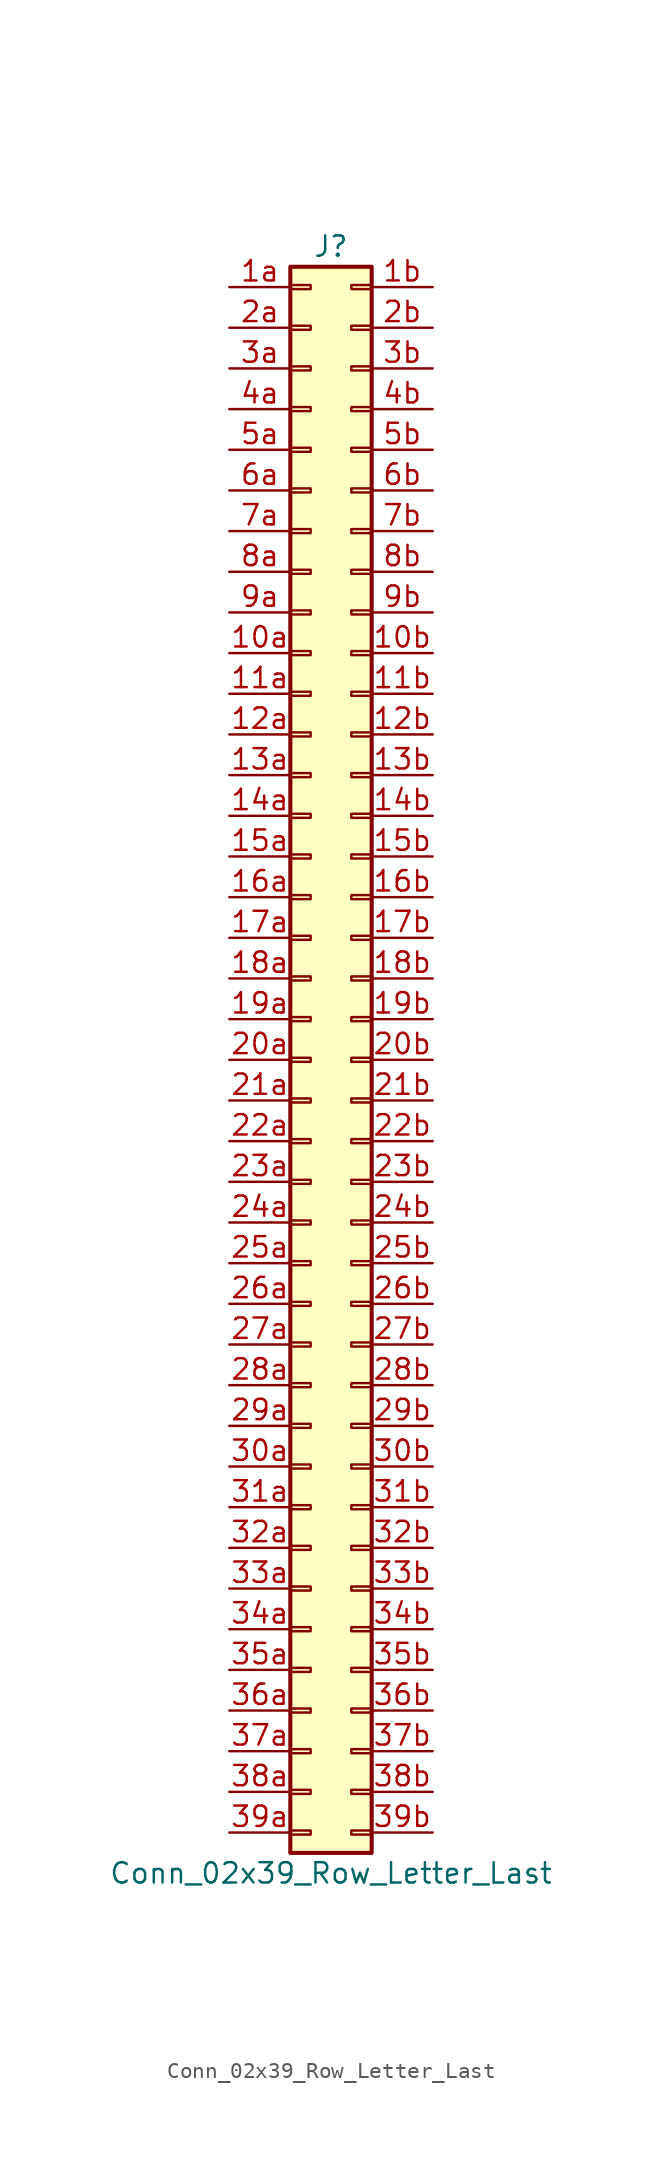
<source format=kicad_sym>
(kicad_symbol_lib
  (version 20211014)
  (generator kicad_symbol_editor)
  (symbol "Conn_02x39_Row_Letter_Last"
    (pin_names
      (offset 1.016) hide)
    (property "Reference" "J"
      (at 1.27 50.8 0)
      (effects (font (size 1.27 1.27))))
    (property "Value" "Conn_02x39_Row_Letter_Last"
      (at 1.27 -50.8 0)
      (effects (font (size 1.27 1.27))))
    (symbol "Conn_02x39_Row_Letter_Last_1_1"
      (rectangle (start -1.27 -48.133) (end 0 -48.387) (stroke (width 0.152) (type default) (color 0 0 0 0)) (fill (type none)))
      (rectangle (start -1.27 -45.593) (end 0 -45.847) (stroke (width 0.152) (type default) (color 0 0 0 0)) (fill (type none)))
      (rectangle (start -1.27 -43.053) (end 0 -43.307) (stroke (width 0.152) (type default) (color 0 0 0 0)) (fill (type none)))
      (rectangle (start -1.27 -40.513) (end 0 -40.767) (stroke (width 0.152) (type default) (color 0 0 0 0)) (fill (type none)))
      (rectangle (start -1.27 -37.973) (end 0 -38.227) (stroke (width 0.152) (type default) (color 0 0 0 0)) (fill (type none)))
      (rectangle (start -1.27 -35.433) (end 0 -35.687) (stroke (width 0.152) (type default) (color 0 0 0 0)) (fill (type none)))
      (rectangle (start -1.27 -32.893) (end 0 -33.147) (stroke (width 0.152) (type default) (color 0 0 0 0)) (fill (type none)))
      (rectangle (start -1.27 -30.353) (end 0 -30.607) (stroke (width 0.152) (type default) (color 0 0 0 0)) (fill (type none)))
      (rectangle (start -1.27 -27.813) (end 0 -28.067) (stroke (width 0.152) (type default) (color 0 0 0 0)) (fill (type none)))
      (rectangle (start -1.27 -25.273) (end 0 -25.527) (stroke (width 0.152) (type default) (color 0 0 0 0)) (fill (type none)))
      (rectangle (start -1.27 -22.733) (end 0 -22.987) (stroke (width 0.152) (type default) (color 0 0 0 0)) (fill (type none)))
      (rectangle (start -1.27 -20.193) (end 0 -20.447) (stroke (width 0.152) (type default) (color 0 0 0 0)) (fill (type none)))
      (rectangle (start -1.27 -17.653) (end 0 -17.907) (stroke (width 0.152) (type default) (color 0 0 0 0)) (fill (type none)))
      (rectangle (start -1.27 -15.113) (end 0 -15.367) (stroke (width 0.152) (type default) (color 0 0 0 0)) (fill (type none)))
      (rectangle (start -1.27 -12.573) (end 0 -12.827) (stroke (width 0.152) (type default) (color 0 0 0 0)) (fill (type none)))
      (rectangle (start -1.27 -10.033) (end 0 -10.287) (stroke (width 0.152) (type default) (color 0 0 0 0)) (fill (type none)))
      (rectangle (start -1.27 -7.493) (end 0 -7.747) (stroke (width 0.152) (type default) (color 0 0 0 0)) (fill (type none)))
      (rectangle (start -1.27 -4.953) (end 0 -5.207) (stroke (width 0.152) (type default) (color 0 0 0 0)) (fill (type none)))
      (rectangle (start -1.27 -2.413) (end 0 -2.667) (stroke (width 0.152) (type default) (color 0 0 0 0)) (fill (type none)))
      (rectangle (start -1.27 0.127) (end 0 -0.127) (stroke (width 0.152) (type default) (color 0 0 0 0)) (fill (type none)))
      (rectangle (start -1.27 2.667) (end 0 2.413) (stroke (width 0.152) (type default) (color 0 0 0 0)) (fill (type none)))
      (rectangle (start -1.27 5.207) (end 0 4.953) (stroke (width 0.152) (type default) (color 0 0 0 0)) (fill (type none)))
      (rectangle (start -1.27 7.747) (end 0 7.493) (stroke (width 0.152) (type default) (color 0 0 0 0)) (fill (type none)))
      (rectangle (start -1.27 10.287) (end 0 10.033) (stroke (width 0.152) (type default) (color 0 0 0 0)) (fill (type none)))
      (rectangle (start -1.27 12.827) (end 0 12.573) (stroke (width 0.152) (type default) (color 0 0 0 0)) (fill (type none)))
      (rectangle (start -1.27 15.367) (end 0 15.113) (stroke (width 0.152) (type default) (color 0 0 0 0)) (fill (type none)))
      (rectangle (start -1.27 17.907) (end 0 17.653) (stroke (width 0.152) (type default) (color 0 0 0 0)) (fill (type none)))
      (rectangle (start -1.27 20.447) (end 0 20.193) (stroke (width 0.152) (type default) (color 0 0 0 0)) (fill (type none)))
      (rectangle (start -1.27 22.987) (end 0 22.733) (stroke (width 0.152) (type default) (color 0 0 0 0)) (fill (type none)))
      (rectangle (start -1.27 25.527) (end 0 25.273) (stroke (width 0.152) (type default) (color 0 0 0 0)) (fill (type none)))
      (rectangle (start -1.27 28.067) (end 0 27.813) (stroke (width 0.152) (type default) (color 0 0 0 0)) (fill (type none)))
      (rectangle (start -1.27 30.607) (end 0 30.353) (stroke (width 0.152) (type default) (color 0 0 0 0)) (fill (type none)))
      (rectangle (start -1.27 33.147) (end 0 32.893) (stroke (width 0.152) (type default) (color 0 0 0 0)) (fill (type none)))
      (rectangle (start -1.27 35.687) (end 0 35.433) (stroke (width 0.152) (type default) (color 0 0 0 0)) (fill (type none)))
      (rectangle (start -1.27 38.227) (end 0 37.973) (stroke (width 0.152) (type default) (color 0 0 0 0)) (fill (type none)))
      (rectangle (start -1.27 40.767) (end 0 40.513) (stroke (width 0.152) (type default) (color 0 0 0 0)) (fill (type none)))
      (rectangle (start -1.27 43.307) (end 0 43.053) (stroke (width 0.152) (type default) (color 0 0 0 0)) (fill (type none)))
      (rectangle (start -1.27 45.847) (end 0 45.593) (stroke (width 0.152) (type default) (color 0 0 0 0)) (fill (type none)))
      (rectangle (start -1.27 48.387) (end 0 48.133) (stroke (width 0.152) (type default) (color 0 0 0 0)) (fill (type none)))
      (rectangle (start -1.27 49.53) (end 3.81 -49.53) (stroke (width 0.254) (type default) (color 0 0 0 0)) (fill (type background)))
      (rectangle (start 3.81 -48.133) (end 2.54 -48.387) (stroke (width 0.152) (type default) (color 0 0 0 0)) (fill (type none)))
      (rectangle (start 3.81 -45.593) (end 2.54 -45.847) (stroke (width 0.152) (type default) (color 0 0 0 0)) (fill (type none)))
      (rectangle (start 3.81 -43.053) (end 2.54 -43.307) (stroke (width 0.152) (type default) (color 0 0 0 0)) (fill (type none)))
      (rectangle (start 3.81 -40.513) (end 2.54 -40.767) (stroke (width 0.152) (type default) (color 0 0 0 0)) (fill (type none)))
      (rectangle (start 3.81 -37.973) (end 2.54 -38.227) (stroke (width 0.152) (type default) (color 0 0 0 0)) (fill (type none)))
      (rectangle (start 3.81 -35.433) (end 2.54 -35.687) (stroke (width 0.152) (type default) (color 0 0 0 0)) (fill (type none)))
      (rectangle (start 3.81 -32.893) (end 2.54 -33.147) (stroke (width 0.152) (type default) (color 0 0 0 0)) (fill (type none)))
      (rectangle (start 3.81 -30.353) (end 2.54 -30.607) (stroke (width 0.152) (type default) (color 0 0 0 0)) (fill (type none)))
      (rectangle (start 3.81 -27.813) (end 2.54 -28.067) (stroke (width 0.152) (type default) (color 0 0 0 0)) (fill (type none)))
      (rectangle (start 3.81 -25.273) (end 2.54 -25.527) (stroke (width 0.152) (type default) (color 0 0 0 0)) (fill (type none)))
      (rectangle (start 3.81 -22.733) (end 2.54 -22.987) (stroke (width 0.152) (type default) (color 0 0 0 0)) (fill (type none)))
      (rectangle (start 3.81 -20.193) (end 2.54 -20.447) (stroke (width 0.152) (type default) (color 0 0 0 0)) (fill (type none)))
      (rectangle (start 3.81 -17.653) (end 2.54 -17.907) (stroke (width 0.152) (type default) (color 0 0 0 0)) (fill (type none)))
      (rectangle (start 3.81 -15.113) (end 2.54 -15.367) (stroke (width 0.152) (type default) (color 0 0 0 0)) (fill (type none)))
      (rectangle (start 3.81 -12.573) (end 2.54 -12.827) (stroke (width 0.152) (type default) (color 0 0 0 0)) (fill (type none)))
      (rectangle (start 3.81 -10.033) (end 2.54 -10.287) (stroke (width 0.152) (type default) (color 0 0 0 0)) (fill (type none)))
      (rectangle (start 3.81 -7.493) (end 2.54 -7.747) (stroke (width 0.152) (type default) (color 0 0 0 0)) (fill (type none)))
      (rectangle (start 3.81 -4.953) (end 2.54 -5.207) (stroke (width 0.152) (type default) (color 0 0 0 0)) (fill (type none)))
      (rectangle (start 3.81 -2.413) (end 2.54 -2.667) (stroke (width 0.152) (type default) (color 0 0 0 0)) (fill (type none)))
      (rectangle (start 3.81 0.127) (end 2.54 -0.127) (stroke (width 0.152) (type default) (color 0 0 0 0)) (fill (type none)))
      (rectangle (start 3.81 2.667) (end 2.54 2.413) (stroke (width 0.152) (type default) (color 0 0 0 0)) (fill (type none)))
      (rectangle (start 3.81 5.207) (end 2.54 4.953) (stroke (width 0.152) (type default) (color 0 0 0 0)) (fill (type none)))
      (rectangle (start 3.81 7.747) (end 2.54 7.493) (stroke (width 0.152) (type default) (color 0 0 0 0)) (fill (type none)))
      (rectangle (start 3.81 10.287) (end 2.54 10.033) (stroke (width 0.152) (type default) (color 0 0 0 0)) (fill (type none)))
      (rectangle (start 3.81 12.827) (end 2.54 12.573) (stroke (width 0.152) (type default) (color 0 0 0 0)) (fill (type none)))
      (rectangle (start 3.81 15.367) (end 2.54 15.113) (stroke (width 0.152) (type default) (color 0 0 0 0)) (fill (type none)))
      (rectangle (start 3.81 17.907) (end 2.54 17.653) (stroke (width 0.152) (type default) (color 0 0 0 0)) (fill (type none)))
      (rectangle (start 3.81 20.447) (end 2.54 20.193) (stroke (width 0.152) (type default) (color 0 0 0 0)) (fill (type none)))
      (rectangle (start 3.81 22.987) (end 2.54 22.733) (stroke (width 0.152) (type default) (color 0 0 0 0)) (fill (type none)))
      (rectangle (start 3.81 25.527) (end 2.54 25.273) (stroke (width 0.152) (type default) (color 0 0 0 0)) (fill (type none)))
      (rectangle (start 3.81 28.067) (end 2.54 27.813) (stroke (width 0.152) (type default) (color 0 0 0 0)) (fill (type none)))
      (rectangle (start 3.81 30.607) (end 2.54 30.353) (stroke (width 0.152) (type default) (color 0 0 0 0)) (fill (type none)))
      (rectangle (start 3.81 33.147) (end 2.54 32.893) (stroke (width 0.152) (type default) (color 0 0 0 0)) (fill (type none)))
      (rectangle (start 3.81 35.687) (end 2.54 35.433) (stroke (width 0.152) (type default) (color 0 0 0 0)) (fill (type none)))
      (rectangle (start 3.81 38.227) (end 2.54 37.973) (stroke (width 0.152) (type default) (color 0 0 0 0)) (fill (type none)))
      (rectangle (start 3.81 40.767) (end 2.54 40.513) (stroke (width 0.152) (type default) (color 0 0 0 0)) (fill (type none)))
      (rectangle (start 3.81 43.307) (end 2.54 43.053) (stroke (width 0.152) (type default) (color 0 0 0 0)) (fill (type none)))
      (rectangle (start 3.81 45.847) (end 2.54 45.593) (stroke (width 0.152) (type default) (color 0 0 0 0)) (fill (type none)))
      (rectangle (start 3.81 48.387) (end 2.54 48.133) (stroke (width 0.152) (type default) (color 0 0 0 0)) (fill (type none)))
      (pin passive line (at -5.08 25.4 0) (length 3.81) (name "Pin_10a" (effects (font (size 1.27 1.27)))) (number "10a" (effects (font (size 1.27 1.27)))))
      (pin passive line (at 7.62 25.4 180) (length 3.81) (name "Pin_10b" (effects (font (size 1.27 1.27)))) (number "10b" (effects (font (size 1.27 1.27)))))
      (pin passive line (at -5.08 22.86 0) (length 3.81) (name "Pin_11a" (effects (font (size 1.27 1.27)))) (number "11a" (effects (font (size 1.27 1.27)))))
      (pin passive line (at 7.62 22.86 180) (length 3.81) (name "Pin_11b" (effects (font (size 1.27 1.27)))) (number "11b" (effects (font (size 1.27 1.27)))))
      (pin passive line (at -5.08 20.32 0) (length 3.81) (name "Pin_12a" (effects (font (size 1.27 1.27)))) (number "12a" (effects (font (size 1.27 1.27)))))
      (pin passive line (at 7.62 20.32 180) (length 3.81) (name "Pin_12b" (effects (font (size 1.27 1.27)))) (number "12b" (effects (font (size 1.27 1.27)))))
      (pin passive line (at -5.08 17.78 0) (length 3.81) (name "Pin_13a" (effects (font (size 1.27 1.27)))) (number "13a" (effects (font (size 1.27 1.27)))))
      (pin passive line (at 7.62 17.78 180) (length 3.81) (name "Pin_13b" (effects (font (size 1.27 1.27)))) (number "13b" (effects (font (size 1.27 1.27)))))
      (pin passive line (at -5.08 15.24 0) (length 3.81) (name "Pin_14a" (effects (font (size 1.27 1.27)))) (number "14a" (effects (font (size 1.27 1.27)))))
      (pin passive line (at 7.62 15.24 180) (length 3.81) (name "Pin_14b" (effects (font (size 1.27 1.27)))) (number "14b" (effects (font (size 1.27 1.27)))))
      (pin passive line (at -5.08 12.7 0) (length 3.81) (name "Pin_15a" (effects (font (size 1.27 1.27)))) (number "15a" (effects (font (size 1.27 1.27)))))
      (pin passive line (at 7.62 12.7 180) (length 3.81) (name "Pin_15b" (effects (font (size 1.27 1.27)))) (number "15b" (effects (font (size 1.27 1.27)))))
      (pin passive line (at -5.08 10.16 0) (length 3.81) (name "Pin_16a" (effects (font (size 1.27 1.27)))) (number "16a" (effects (font (size 1.27 1.27)))))
      (pin passive line (at 7.62 10.16 180) (length 3.81) (name "Pin_16b" (effects (font (size 1.27 1.27)))) (number "16b" (effects (font (size 1.27 1.27)))))
      (pin passive line (at -5.08 7.62 0) (length 3.81) (name "Pin_17a" (effects (font (size 1.27 1.27)))) (number "17a" (effects (font (size 1.27 1.27)))))
      (pin passive line (at 7.62 7.62 180) (length 3.81) (name "Pin_17b" (effects (font (size 1.27 1.27)))) (number "17b" (effects (font (size 1.27 1.27)))))
      (pin passive line (at -5.08 5.08 0) (length 3.81) (name "Pin_18a" (effects (font (size 1.27 1.27)))) (number "18a" (effects (font (size 1.27 1.27)))))
      (pin passive line (at 7.62 5.08 180) (length 3.81) (name "Pin_18b" (effects (font (size 1.27 1.27)))) (number "18b" (effects (font (size 1.27 1.27)))))
      (pin passive line (at -5.08 2.54 0) (length 3.81) (name "Pin_19a" (effects (font (size 1.27 1.27)))) (number "19a" (effects (font (size 1.27 1.27)))))
      (pin passive line (at 7.62 2.54 180) (length 3.81) (name "Pin_19b" (effects (font (size 1.27 1.27)))) (number "19b" (effects (font (size 1.27 1.27)))))
      (pin passive line (at -5.08 48.26 0) (length 3.81) (name "Pin_1a" (effects (font (size 1.27 1.27)))) (number "1a" (effects (font (size 1.27 1.27)))))
      (pin passive line (at 7.62 48.26 180) (length 3.81) (name "Pin_1b" (effects (font (size 1.27 1.27)))) (number "1b" (effects (font (size 1.27 1.27)))))
      (pin passive line (at -5.08 0 0) (length 3.81) (name "Pin_20a" (effects (font (size 1.27 1.27)))) (number "20a" (effects (font (size 1.27 1.27)))))
      (pin passive line (at 7.62 0 180) (length 3.81) (name "Pin_20b" (effects (font (size 1.27 1.27)))) (number "20b" (effects (font (size 1.27 1.27)))))
      (pin passive line (at -5.08 -2.54 0) (length 3.81) (name "Pin_21a" (effects (font (size 1.27 1.27)))) (number "21a" (effects (font (size 1.27 1.27)))))
      (pin passive line (at 7.62 -2.54 180) (length 3.81) (name "Pin_21b" (effects (font (size 1.27 1.27)))) (number "21b" (effects (font (size 1.27 1.27)))))
      (pin passive line (at -5.08 -5.08 0) (length 3.81) (name "Pin_22a" (effects (font (size 1.27 1.27)))) (number "22a" (effects (font (size 1.27 1.27)))))
      (pin passive line (at 7.62 -5.08 180) (length 3.81) (name "Pin_22b" (effects (font (size 1.27 1.27)))) (number "22b" (effects (font (size 1.27 1.27)))))
      (pin passive line (at -5.08 -7.62 0) (length 3.81) (name "Pin_23a" (effects (font (size 1.27 1.27)))) (number "23a" (effects (font (size 1.27 1.27)))))
      (pin passive line (at 7.62 -7.62 180) (length 3.81) (name "Pin_23b" (effects (font (size 1.27 1.27)))) (number "23b" (effects (font (size 1.27 1.27)))))
      (pin passive line (at -5.08 -10.16 0) (length 3.81) (name "Pin_24a" (effects (font (size 1.27 1.27)))) (number "24a" (effects (font (size 1.27 1.27)))))
      (pin passive line (at 7.62 -10.16 180) (length 3.81) (name "Pin_24b" (effects (font (size 1.27 1.27)))) (number "24b" (effects (font (size 1.27 1.27)))))
      (pin passive line (at -5.08 -12.7 0) (length 3.81) (name "Pin_25a" (effects (font (size 1.27 1.27)))) (number "25a" (effects (font (size 1.27 1.27)))))
      (pin passive line (at 7.62 -12.7 180) (length 3.81) (name "Pin_25b" (effects (font (size 1.27 1.27)))) (number "25b" (effects (font (size 1.27 1.27)))))
      (pin passive line (at -5.08 -15.24 0) (length 3.81) (name "Pin_26a" (effects (font (size 1.27 1.27)))) (number "26a" (effects (font (size 1.27 1.27)))))
      (pin passive line (at 7.62 -15.24 180) (length 3.81) (name "Pin_26b" (effects (font (size 1.27 1.27)))) (number "26b" (effects (font (size 1.27 1.27)))))
      (pin passive line (at -5.08 -17.78 0) (length 3.81) (name "Pin_27a" (effects (font (size 1.27 1.27)))) (number "27a" (effects (font (size 1.27 1.27)))))
      (pin passive line (at 7.62 -17.78 180) (length 3.81) (name "Pin_27b" (effects (font (size 1.27 1.27)))) (number "27b" (effects (font (size 1.27 1.27)))))
      (pin passive line (at -5.08 -20.32 0) (length 3.81) (name "Pin_28a" (effects (font (size 1.27 1.27)))) (number "28a" (effects (font (size 1.27 1.27)))))
      (pin passive line (at 7.62 -20.32 180) (length 3.81) (name "Pin_28b" (effects (font (size 1.27 1.27)))) (number "28b" (effects (font (size 1.27 1.27)))))
      (pin passive line (at -5.08 -22.86 0) (length 3.81) (name "Pin_29a" (effects (font (size 1.27 1.27)))) (number "29a" (effects (font (size 1.27 1.27)))))
      (pin passive line (at 7.62 -22.86 180) (length 3.81) (name "Pin_29b" (effects (font (size 1.27 1.27)))) (number "29b" (effects (font (size 1.27 1.27)))))
      (pin passive line (at -5.08 45.72 0) (length 3.81) (name "Pin_2a" (effects (font (size 1.27 1.27)))) (number "2a" (effects (font (size 1.27 1.27)))))
      (pin passive line (at 7.62 45.72 180) (length 3.81) (name "Pin_2b" (effects (font (size 1.27 1.27)))) (number "2b" (effects (font (size 1.27 1.27)))))
      (pin passive line (at -5.08 -25.4 0) (length 3.81) (name "Pin_30a" (effects (font (size 1.27 1.27)))) (number "30a" (effects (font (size 1.27 1.27)))))
      (pin passive line (at 7.62 -25.4 180) (length 3.81) (name "Pin_30b" (effects (font (size 1.27 1.27)))) (number "30b" (effects (font (size 1.27 1.27)))))
      (pin passive line (at -5.08 -27.94 0) (length 3.81) (name "Pin_31a" (effects (font (size 1.27 1.27)))) (number "31a" (effects (font (size 1.27 1.27)))))
      (pin passive line (at 7.62 -27.94 180) (length 3.81) (name "Pin_31b" (effects (font (size 1.27 1.27)))) (number "31b" (effects (font (size 1.27 1.27)))))
      (pin passive line (at -5.08 -30.48 0) (length 3.81) (name "Pin_32a" (effects (font (size 1.27 1.27)))) (number "32a" (effects (font (size 1.27 1.27)))))
      (pin passive line (at 7.62 -30.48 180) (length 3.81) (name "Pin_32b" (effects (font (size 1.27 1.27)))) (number "32b" (effects (font (size 1.27 1.27)))))
      (pin passive line (at -5.08 -33.02 0) (length 3.81) (name "Pin_33a" (effects (font (size 1.27 1.27)))) (number "33a" (effects (font (size 1.27 1.27)))))
      (pin passive line (at 7.62 -33.02 180) (length 3.81) (name "Pin_33b" (effects (font (size 1.27 1.27)))) (number "33b" (effects (font (size 1.27 1.27)))))
      (pin passive line (at -5.08 -35.56 0) (length 3.81) (name "Pin_34a" (effects (font (size 1.27 1.27)))) (number "34a" (effects (font (size 1.27 1.27)))))
      (pin passive line (at 7.62 -35.56 180) (length 3.81) (name "Pin_34b" (effects (font (size 1.27 1.27)))) (number "34b" (effects (font (size 1.27 1.27)))))
      (pin passive line (at -5.08 -38.1 0) (length 3.81) (name "Pin_35a" (effects (font (size 1.27 1.27)))) (number "35a" (effects (font (size 1.27 1.27)))))
      (pin passive line (at 7.62 -38.1 180) (length 3.81) (name "Pin_35b" (effects (font (size 1.27 1.27)))) (number "35b" (effects (font (size 1.27 1.27)))))
      (pin passive line (at -5.08 -40.64 0) (length 3.81) (name "Pin_36a" (effects (font (size 1.27 1.27)))) (number "36a" (effects (font (size 1.27 1.27)))))
      (pin passive line (at 7.62 -40.64 180) (length 3.81) (name "Pin_36b" (effects (font (size 1.27 1.27)))) (number "36b" (effects (font (size 1.27 1.27)))))
      (pin passive line (at -5.08 -43.18 0) (length 3.81) (name "Pin_37a" (effects (font (size 1.27 1.27)))) (number "37a" (effects (font (size 1.27 1.27)))))
      (pin passive line (at 7.62 -43.18 180) (length 3.81) (name "Pin_37b" (effects (font (size 1.27 1.27)))) (number "37b" (effects (font (size 1.27 1.27)))))
      (pin passive line (at -5.08 -45.72 0) (length 3.81) (name "Pin_38a" (effects (font (size 1.27 1.27)))) (number "38a" (effects (font (size 1.27 1.27)))))
      (pin passive line (at 7.62 -45.72 180) (length 3.81) (name "Pin_38b" (effects (font (size 1.27 1.27)))) (number "38b" (effects (font (size 1.27 1.27)))))
      (pin passive line (at -5.08 -48.26 0) (length 3.81) (name "Pin_39a" (effects (font (size 1.27 1.27)))) (number "39a" (effects (font (size 1.27 1.27)))))
      (pin passive line (at 7.62 -48.26 180) (length 3.81) (name "Pin_39b" (effects (font (size 1.27 1.27)))) (number "39b" (effects (font (size 1.27 1.27)))))
      (pin passive line (at -5.08 43.18 0) (length 3.81) (name "Pin_3a" (effects (font (size 1.27 1.27)))) (number "3a" (effects (font (size 1.27 1.27)))))
      (pin passive line (at 7.62 43.18 180) (length 3.81) (name "Pin_3b" (effects (font (size 1.27 1.27)))) (number "3b" (effects (font (size 1.27 1.27)))))
      (pin passive line (at -5.08 40.64 0) (length 3.81) (name "Pin_4a" (effects (font (size 1.27 1.27)))) (number "4a" (effects (font (size 1.27 1.27)))))
      (pin passive line (at 7.62 40.64 180) (length 3.81) (name "Pin_4b" (effects (font (size 1.27 1.27)))) (number "4b" (effects (font (size 1.27 1.27)))))
      (pin passive line (at -5.08 38.1 0) (length 3.81) (name "Pin_5a" (effects (font (size 1.27 1.27)))) (number "5a" (effects (font (size 1.27 1.27)))))
      (pin passive line (at 7.62 38.1 180) (length 3.81) (name "Pin_5b" (effects (font (size 1.27 1.27)))) (number "5b" (effects (font (size 1.27 1.27)))))
      (pin passive line (at -5.08 35.56 0) (length 3.81) (name "Pin_6a" (effects (font (size 1.27 1.27)))) (number "6a" (effects (font (size 1.27 1.27)))))
      (pin passive line (at 7.62 35.56 180) (length 3.81) (name "Pin_6b" (effects (font (size 1.27 1.27)))) (number "6b" (effects (font (size 1.27 1.27)))))
      (pin passive line (at -5.08 33.02 0) (length 3.81) (name "Pin_7a" (effects (font (size 1.27 1.27)))) (number "7a" (effects (font (size 1.27 1.27)))))
      (pin passive line (at 7.62 33.02 180) (length 3.81) (name "Pin_7b" (effects (font (size 1.27 1.27)))) (number "7b" (effects (font (size 1.27 1.27)))))
      (pin passive line (at -5.08 30.48 0) (length 3.81) (name "Pin_8a" (effects (font (size 1.27 1.27)))) (number "8a" (effects (font (size 1.27 1.27)))))
      (pin passive line (at 7.62 30.48 180) (length 3.81) (name "Pin_8b" (effects (font (size 1.27 1.27)))) (number "8b" (effects (font (size 1.27 1.27)))))
      (pin passive line (at -5.08 27.94 0) (length 3.81) (name "Pin_9a" (effects (font (size 1.27 1.27)))) (number "9a" (effects (font (size 1.27 1.27)))))
      (pin passive line (at 7.62 27.94 180) (length 3.81) (name "Pin_9b" (effects (font (size 1.27 1.27)))) (number "9b" (effects (font (size 1.27 1.27))))))))
</source>
